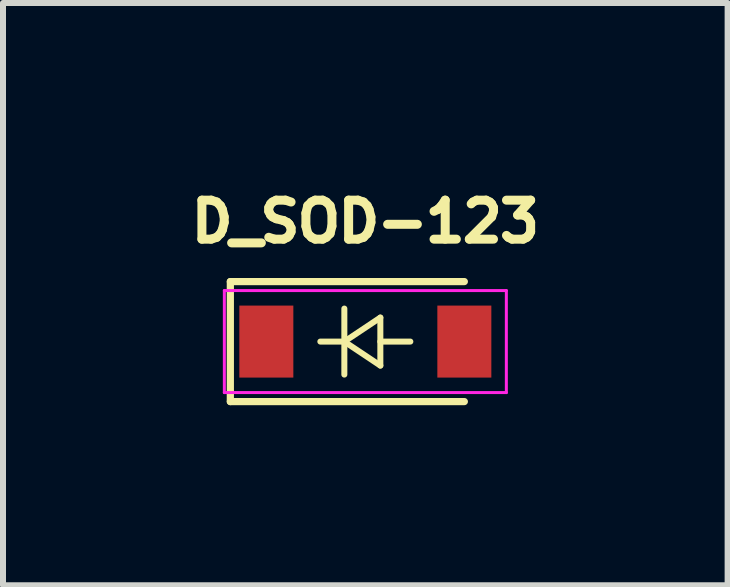
<source format=kicad_pcb>
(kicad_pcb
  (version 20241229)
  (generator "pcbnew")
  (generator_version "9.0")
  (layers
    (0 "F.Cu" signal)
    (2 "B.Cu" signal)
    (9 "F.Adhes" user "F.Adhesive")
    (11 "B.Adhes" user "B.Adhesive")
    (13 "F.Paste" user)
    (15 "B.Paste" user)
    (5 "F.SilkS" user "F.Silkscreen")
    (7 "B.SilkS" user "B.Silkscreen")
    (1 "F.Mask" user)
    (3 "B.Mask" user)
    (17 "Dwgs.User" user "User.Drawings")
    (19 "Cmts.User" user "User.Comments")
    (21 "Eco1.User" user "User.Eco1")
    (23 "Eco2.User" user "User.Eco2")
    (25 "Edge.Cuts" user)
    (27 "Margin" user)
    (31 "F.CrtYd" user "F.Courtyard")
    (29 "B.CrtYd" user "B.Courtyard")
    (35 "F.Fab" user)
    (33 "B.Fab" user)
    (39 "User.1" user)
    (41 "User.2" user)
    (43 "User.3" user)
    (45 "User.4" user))
  (footprint "D_SOD-123"
    (layer "F.Cu")
    (at 3.039 2.643)
    (property "Reference" "D_SOD-123" (at 0 -2 0) (layer "F.SilkS") (effects (font (size 0.65 0.65) (thickness 0.15))))
    (attr smd)
    (fp_line (start -2.25 -1) (end -2.25 1) (stroke (width 0.12) (type solid)) (layer "F.SilkS"))
    (fp_line (start -2.25 -1) (end 1.65 -1) (stroke (width 0.12) (type solid)) (layer "F.SilkS"))
    (fp_line (start -2.25 1) (end 1.65 1) (stroke (width 0.12) (type solid)) (layer "F.SilkS"))
    (fp_line (start -0.75 0) (end -0.35 0) (stroke (width 0.1) (type solid)) (layer "F.SilkS"))
    (fp_line (start -0.35 0) (end -0.35 -0.55) (stroke (width 0.1) (type solid)) (layer "F.SilkS"))
    (fp_line (start -0.35 0) (end -0.35 0.55) (stroke (width 0.1) (type solid)) (layer "F.SilkS"))
    (fp_line (start -0.35 0) (end 0.25 -0.4) (stroke (width 0.1) (type solid)) (layer "F.SilkS"))
    (fp_line (start 0.25 -0.4) (end 0.25 0.4) (stroke (width 0.1) (type solid)) (layer "F.SilkS"))
    (fp_line (start 0.25 0) (end 0.75 0) (stroke (width 0.1) (type solid)) (layer "F.SilkS"))
    (fp_line (start 0.25 0.4) (end -0.35 0) (stroke (width 0.1) (type solid)) (layer "F.SilkS"))
    (fp_line (start -2.35 -0.85) (end -2.35 0.85) (stroke (width 0.05) (type solid)) (layer "F.CrtYd"))
    (fp_line (start -2.35 -0.85) (end 2.35 -0.85) (stroke (width 0.05) (type solid)) (layer "F.CrtYd"))
    (fp_line (start 2.35 -0.85) (end 2.35 0.85) (stroke (width 0.05) (type solid)) (layer "F.CrtYd"))
    (fp_line (start 2.35 0.85) (end -2.35 0.85) (stroke (width 0.05) (type solid)) (layer "F.CrtYd"))
    (pad "1" smd rect (at -1.65 0) (size 0.9 1.2) (layers "F.Cu" "F.Mask" "F.Paste"))
    (pad "2" smd rect (at 1.65 0) (size 0.9 1.2) (layers "F.Cu" "F.Mask" "F.Paste")))
  (gr_rect
    (start -3 -3)
    (end 9.077 6.704)
    (stroke (width 0.1) (type default))
    (fill no)
    (layer "Edge.Cuts")))
</source>
